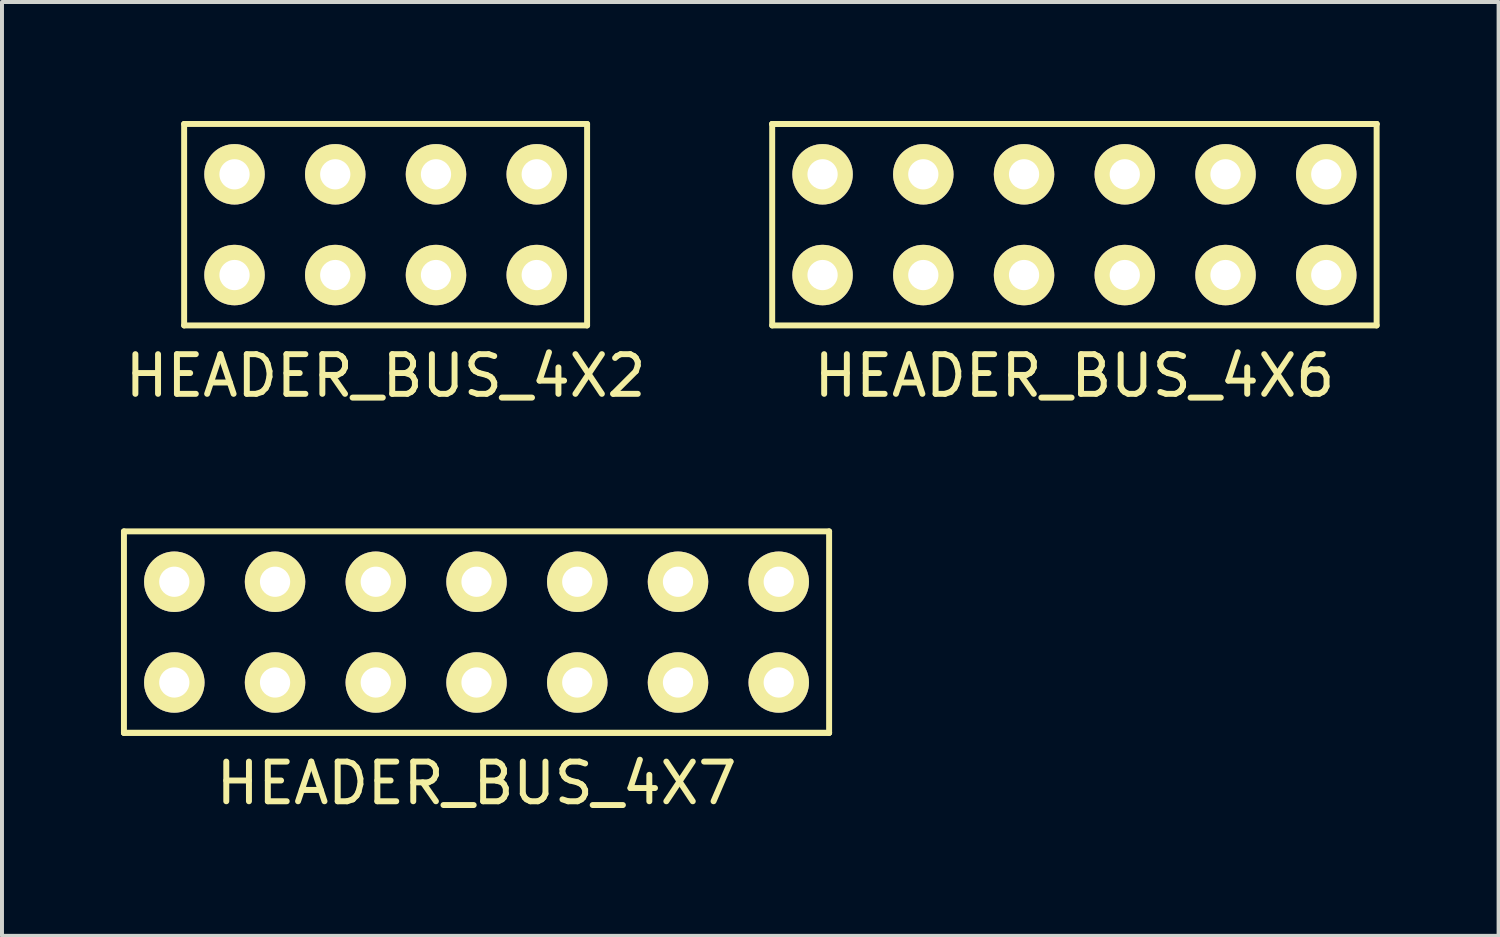
<source format=kicad_pcb>
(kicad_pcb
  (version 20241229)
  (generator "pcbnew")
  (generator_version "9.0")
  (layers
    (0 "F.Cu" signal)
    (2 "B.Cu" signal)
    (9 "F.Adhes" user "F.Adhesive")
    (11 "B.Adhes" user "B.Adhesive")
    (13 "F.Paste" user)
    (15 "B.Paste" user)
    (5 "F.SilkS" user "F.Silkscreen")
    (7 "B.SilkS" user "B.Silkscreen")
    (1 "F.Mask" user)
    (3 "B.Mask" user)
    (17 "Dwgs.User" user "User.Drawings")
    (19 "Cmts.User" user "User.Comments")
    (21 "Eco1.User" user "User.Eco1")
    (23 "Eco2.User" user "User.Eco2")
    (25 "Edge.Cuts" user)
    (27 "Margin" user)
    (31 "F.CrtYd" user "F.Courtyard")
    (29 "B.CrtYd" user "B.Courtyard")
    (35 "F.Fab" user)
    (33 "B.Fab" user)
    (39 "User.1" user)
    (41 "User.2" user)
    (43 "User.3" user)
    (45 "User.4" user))
  (footprint "HEADER_BUS_4X2"
    (layer "F.Cu")
    (at 6.673 2.615)
    (property "Reference" "HEADER_BUS_4X2" (at 0 3.81 0) (layer "F.SilkS") (effects (font (size 1 1) (thickness 0.15))))
    (attr through_hole)
    (fp_line (start -5.08 -2.54) (end 5.08 -2.54) (stroke (width 0.15) (type solid)) (layer "F.SilkS"))
    (fp_line (start -5.08 2.54) (end -5.08 -2.54) (stroke (width 0.15) (type solid)) (layer "F.SilkS"))
    (fp_line (start 5.08 -2.54) (end 5.08 2.54) (stroke (width 0.15) (type solid)) (layer "F.SilkS"))
    (fp_line (start 5.08 2.54) (end -5.08 2.54) (stroke (width 0.15) (type solid)) (layer "F.SilkS"))
    (pad "1" thru_hole circle (at -3.81 -1.27) (size 1.524 1.524) (drill 0.762) (layers "*.Cu" "*.Mask" "F.SilkS"))
    (pad "1" thru_hole circle (at -3.81 1.27) (size 1.524 1.524) (drill 0.762) (layers "*.Cu" "*.Mask" "F.SilkS"))
    (pad "1" thru_hole circle (at -1.27 -1.27) (size 1.524 1.524) (drill 0.762) (layers "*.Cu" "*.Mask" "F.SilkS"))
    (pad "1" thru_hole circle (at -1.27 1.27) (size 1.524 1.524) (drill 0.762) (layers "*.Cu" "*.Mask" "F.SilkS"))
    (pad "1" thru_hole circle (at 1.27 -1.27) (size 1.524 1.524) (drill 0.762) (layers "*.Cu" "*.Mask" "F.SilkS"))
    (pad "1" thru_hole circle (at 1.27 1.27) (size 1.524 1.524) (drill 0.762) (layers "*.Cu" "*.Mask" "F.SilkS"))
    (pad "1" thru_hole circle (at 3.81 -1.27) (size 1.524 1.524) (drill 0.762) (layers "*.Cu" "*.Mask" "F.SilkS"))
    (pad "1" thru_hole circle (at 3.81 1.27) (size 1.524 1.524) (drill 0.762) (layers "*.Cu" "*.Mask" "F.SilkS")))
  (footprint "HEADER_BUS_4X7"
    (layer "F.Cu")
    (at 8.965 12.888)
    (property "Reference" "HEADER_BUS_4X7" (at 0 3.81 0) (layer "F.SilkS") (effects (font (size 1 1) (thickness 0.15))))
    (attr through_hole)
    (fp_line (start -8.89 -2.54) (end 8.89 -2.54) (stroke (width 0.15) (type solid)) (layer "F.SilkS"))
    (fp_line (start -8.89 2.54) (end -8.89 -2.54) (stroke (width 0.15) (type solid)) (layer "F.SilkS"))
    (fp_line (start -8.89 2.54) (end 8.89 2.54) (stroke (width 0.15) (type solid)) (layer "F.SilkS"))
    (fp_line (start 8.89 -2.54) (end 8.89 2.54) (stroke (width 0.15) (type solid)) (layer "F.SilkS"))
    (fp_line (start 8.89 2.54) (end -8.89 2.54) (stroke (width 0.15) (type solid)) (layer "F.SilkS"))
    (pad "1" thru_hole circle (at -7.62 -1.27) (size 1.524 1.524) (drill 0.762) (layers "*.Cu" "*.Mask" "F.SilkS"))
    (pad "1" thru_hole circle (at -7.62 1.27) (size 1.524 1.524) (drill 0.762) (layers "*.Cu" "*.Mask" "F.SilkS"))
    (pad "1" thru_hole circle (at -5.08 -1.27) (size 1.524 1.524) (drill 0.762) (layers "*.Cu" "*.Mask" "F.SilkS"))
    (pad "1" thru_hole circle (at -5.08 1.27) (size 1.524 1.524) (drill 0.762) (layers "*.Cu" "*.Mask" "F.SilkS"))
    (pad "1" thru_hole circle (at -2.54 -1.27) (size 1.524 1.524) (drill 0.762) (layers "*.Cu" "*.Mask" "F.SilkS"))
    (pad "1" thru_hole circle (at -2.54 1.27) (size 1.524 1.524) (drill 0.762) (layers "*.Cu" "*.Mask" "F.SilkS"))
    (pad "1" thru_hole circle (at 0 -1.27) (size 1.524 1.524) (drill 0.762) (layers "*.Cu" "*.Mask" "F.SilkS"))
    (pad "1" thru_hole circle (at 0 1.27) (size 1.524 1.524) (drill 0.762) (layers "*.Cu" "*.Mask" "F.SilkS"))
    (pad "1" thru_hole circle (at 2.54 -1.27) (size 1.524 1.524) (drill 0.762) (layers "*.Cu" "*.Mask" "F.SilkS"))
    (pad "1" thru_hole circle (at 2.54 1.27) (size 1.524 1.524) (drill 0.762) (layers "*.Cu" "*.Mask" "F.SilkS"))
    (pad "1" thru_hole circle (at 5.08 -1.27) (size 1.524 1.524) (drill 0.762) (layers "*.Cu" "*.Mask" "F.SilkS"))
    (pad "1" thru_hole circle (at 5.08 1.27) (size 1.524 1.524) (drill 0.762) (layers "*.Cu" "*.Mask" "F.SilkS"))
    (pad "1" thru_hole circle (at 7.62 -1.27) (size 1.524 1.524) (drill 0.762) (layers "*.Cu" "*.Mask" "F.SilkS"))
    (pad "1" thru_hole circle (at 7.62 1.27) (size 1.524 1.524) (drill 0.762) (layers "*.Cu" "*.Mask" "F.SilkS")))
  (footprint "HEADER_BUS_4X6"
    (layer "F.Cu")
    (at 24.04 2.615)
    (property "Reference" "HEADER_BUS_4X6" (at 0 3.81 0) (layer "F.SilkS") (effects (font (size 1 1) (thickness 0.15))))
    (attr through_hole)
    (fp_line (start -7.62 -2.54) (end 7.62 -2.54) (stroke (width 0.15) (type solid)) (layer "F.SilkS"))
    (fp_line (start -7.62 2.54) (end -7.62 -2.54) (stroke (width 0.15) (type solid)) (layer "F.SilkS"))
    (fp_line (start -7.62 2.54) (end 7.62 2.54) (stroke (width 0.15) (type solid)) (layer "F.SilkS"))
    (fp_line (start 7.62 -2.54) (end -7.62 -2.54) (stroke (width 0.15) (type solid)) (layer "F.SilkS"))
    (fp_line (start 7.62 -2.54) (end 7.62 2.54) (stroke (width 0.15) (type solid)) (layer "F.SilkS"))
    (pad "1" thru_hole circle (at -6.35 -1.27) (size 1.524 1.524) (drill 0.762) (layers "*.Cu" "*.Mask" "F.SilkS"))
    (pad "1" thru_hole circle (at -6.35 1.27) (size 1.524 1.524) (drill 0.762) (layers "*.Cu" "*.Mask" "F.SilkS"))
    (pad "1" thru_hole circle (at -3.81 -1.27) (size 1.524 1.524) (drill 0.762) (layers "*.Cu" "*.Mask" "F.SilkS"))
    (pad "1" thru_hole circle (at -3.81 1.27) (size 1.524 1.524) (drill 0.762) (layers "*.Cu" "*.Mask" "F.SilkS"))
    (pad "1" thru_hole circle (at -1.27 -1.27) (size 1.524 1.524) (drill 0.762) (layers "*.Cu" "*.Mask" "F.SilkS"))
    (pad "1" thru_hole circle (at -1.27 1.27) (size 1.524 1.524) (drill 0.762) (layers "*.Cu" "*.Mask" "F.SilkS"))
    (pad "1" thru_hole circle (at 1.27 -1.27) (size 1.524 1.524) (drill 0.762) (layers "*.Cu" "*.Mask" "F.SilkS"))
    (pad "1" thru_hole circle (at 1.27 1.27) (size 1.524 1.524) (drill 0.762) (layers "*.Cu" "*.Mask" "F.SilkS"))
    (pad "1" thru_hole circle (at 3.81 -1.27) (size 1.524 1.524) (drill 0.762) (layers "*.Cu" "*.Mask" "F.SilkS"))
    (pad "1" thru_hole circle (at 3.81 1.27) (size 1.524 1.524) (drill 0.762) (layers "*.Cu" "*.Mask" "F.SilkS"))
    (pad "1" thru_hole circle (at 6.35 -1.27) (size 1.524 1.524) (drill 0.762) (layers "*.Cu" "*.Mask" "F.SilkS"))
    (pad "1" thru_hole circle (at 6.35 1.27) (size 1.524 1.524) (drill 0.762) (layers "*.Cu" "*.Mask" "F.SilkS")))
  (gr_rect
    (start -3 -3)
    (end 34.735 20.547)
    (stroke (width 0.1) (type default))
    (fill no)
    (layer "Edge.Cuts")))
</source>
